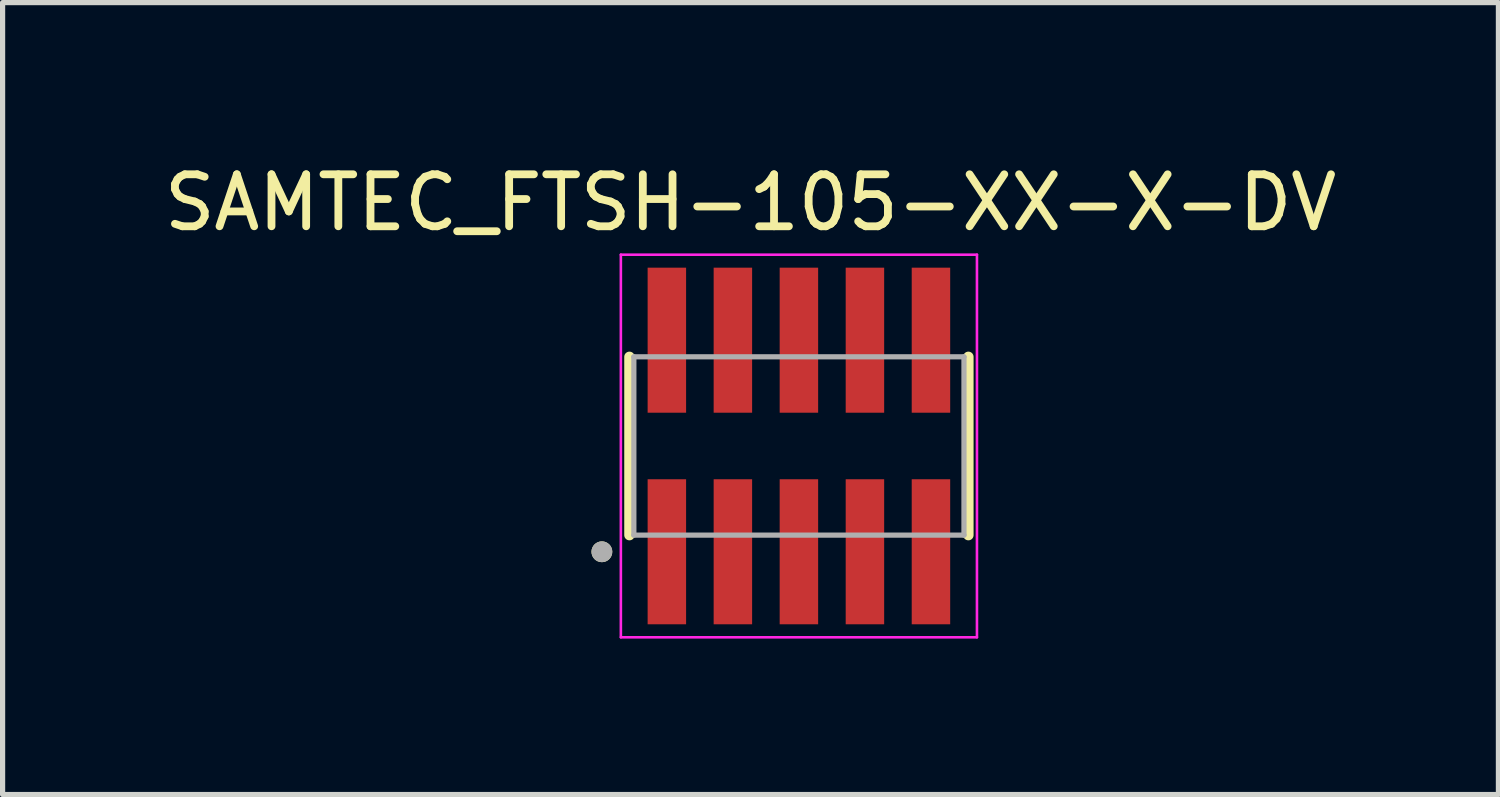
<source format=kicad_pcb>
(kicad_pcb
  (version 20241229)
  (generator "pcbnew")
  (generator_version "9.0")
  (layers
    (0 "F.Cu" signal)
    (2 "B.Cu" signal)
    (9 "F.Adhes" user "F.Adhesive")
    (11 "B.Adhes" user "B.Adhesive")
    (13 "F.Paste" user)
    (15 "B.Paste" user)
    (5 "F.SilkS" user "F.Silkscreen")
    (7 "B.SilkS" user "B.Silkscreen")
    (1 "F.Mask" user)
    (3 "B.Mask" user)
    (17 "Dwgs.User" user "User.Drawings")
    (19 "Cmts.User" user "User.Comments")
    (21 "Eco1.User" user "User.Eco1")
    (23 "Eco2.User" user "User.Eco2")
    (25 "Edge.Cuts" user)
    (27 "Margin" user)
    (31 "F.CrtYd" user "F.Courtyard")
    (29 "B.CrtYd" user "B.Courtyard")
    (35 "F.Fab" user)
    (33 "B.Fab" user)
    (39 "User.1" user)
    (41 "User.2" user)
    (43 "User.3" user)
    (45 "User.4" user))
  (footprint "SAMTEC_FTSH-105-XX-X-DV"
    (layer "F.Cu")
    (at 12.318 5.529)
    (property "Reference" "SAMTEC_FTSH-105-XX-X-DV" (at -0.931 -4.681 0) (layer "F.SilkS") (effects (font (size 1 1) (thickness 0.15))))
    (attr through_hole)
    (fp_line (start -3.26 -1.715) (end -3.26 1.715) (stroke (width 0.2) (type solid)) (layer "F.SilkS"))
    (fp_line (start 3.26 1.715) (end 3.26 -1.715) (stroke (width 0.2) (type solid)) (layer "F.SilkS"))
    (fp_circle (center -3.79 2.035) (end -3.69 2.035) (stroke (width 0.2) (type solid)) (fill no) (layer "F.SilkS"))
    (fp_line (start -3.425 -3.68) (end 3.425 -3.68) (stroke (width 0.05) (type solid)) (layer "F.CrtYd"))
    (fp_line (start -3.425 3.68) (end -3.425 -3.68) (stroke (width 0.05) (type solid)) (layer "F.CrtYd"))
    (fp_line (start 3.425 -3.68) (end 3.425 3.68) (stroke (width 0.05) (type solid)) (layer "F.CrtYd"))
    (fp_line (start 3.425 3.68) (end -3.425 3.68) (stroke (width 0.05) (type solid)) (layer "F.CrtYd"))
    (fp_line (start -3.175 1.715) (end -3.175 -1.715) (stroke (width 0.1) (type solid)) (layer "F.Fab"))
    (fp_line (start -3.175 1.715) (end 3.175 1.715) (stroke (width 0.1) (type solid)) (layer "F.Fab"))
    (fp_line (start 3.175 -1.715) (end -3.175 -1.715) (stroke (width 0.1) (type solid)) (layer "F.Fab"))
    (fp_line (start 3.175 1.715) (end 3.175 -1.715) (stroke (width 0.1) (type solid)) (layer "F.Fab"))
    (fp_circle (center -3.79 2.035) (end -3.69 2.035) (stroke (width 0.2) (type solid)) (fill no) (layer "F.Fab"))
    (pad "" smd rect (at 1.27 2.035) (size 0.74 2.79) (layers "F.Cu" "F.Mask" "F.Paste"))
    (pad "1" smd rect (at -2.54 2.035) (size 0.74 2.79) (layers "F.Cu" "F.Mask" "F.Paste"))
    (pad "2" smd rect (at -2.54 -2.035) (size 0.74 2.79) (layers "F.Cu" "F.Mask" "F.Paste"))
    (pad "3" smd rect (at -1.27 2.035) (size 0.74 2.79) (layers "F.Cu" "F.Mask" "F.Paste"))
    (pad "4" smd rect (at -1.27 -2.035) (size 0.74 2.79) (layers "F.Cu" "F.Mask" "F.Paste"))
    (pad "5" smd rect (at 0 2.035) (size 0.74 2.79) (layers "F.Cu" "F.Mask" "F.Paste"))
    (pad "6" smd rect (at 0 -2.035) (size 0.74 2.79) (layers "F.Cu" "F.Mask" "F.Paste"))
    (pad "8" smd rect (at 1.27 -2.035) (size 0.74 2.79) (layers "F.Cu" "F.Mask" "F.Paste"))
    (pad "9" smd rect (at 2.54 2.035) (size 0.74 2.79) (layers "F.Cu" "F.Mask" "F.Paste"))
    (pad "10" smd rect (at 2.54 -2.035) (size 0.74 2.79) (layers "F.Cu" "F.Mask" "F.Paste")))
  (gr_rect
    (start -3 -3)
    (end 25.774 12.234)
    (stroke (width 0.1) (type default))
    (fill no)
    (layer "Edge.Cuts")))
</source>
